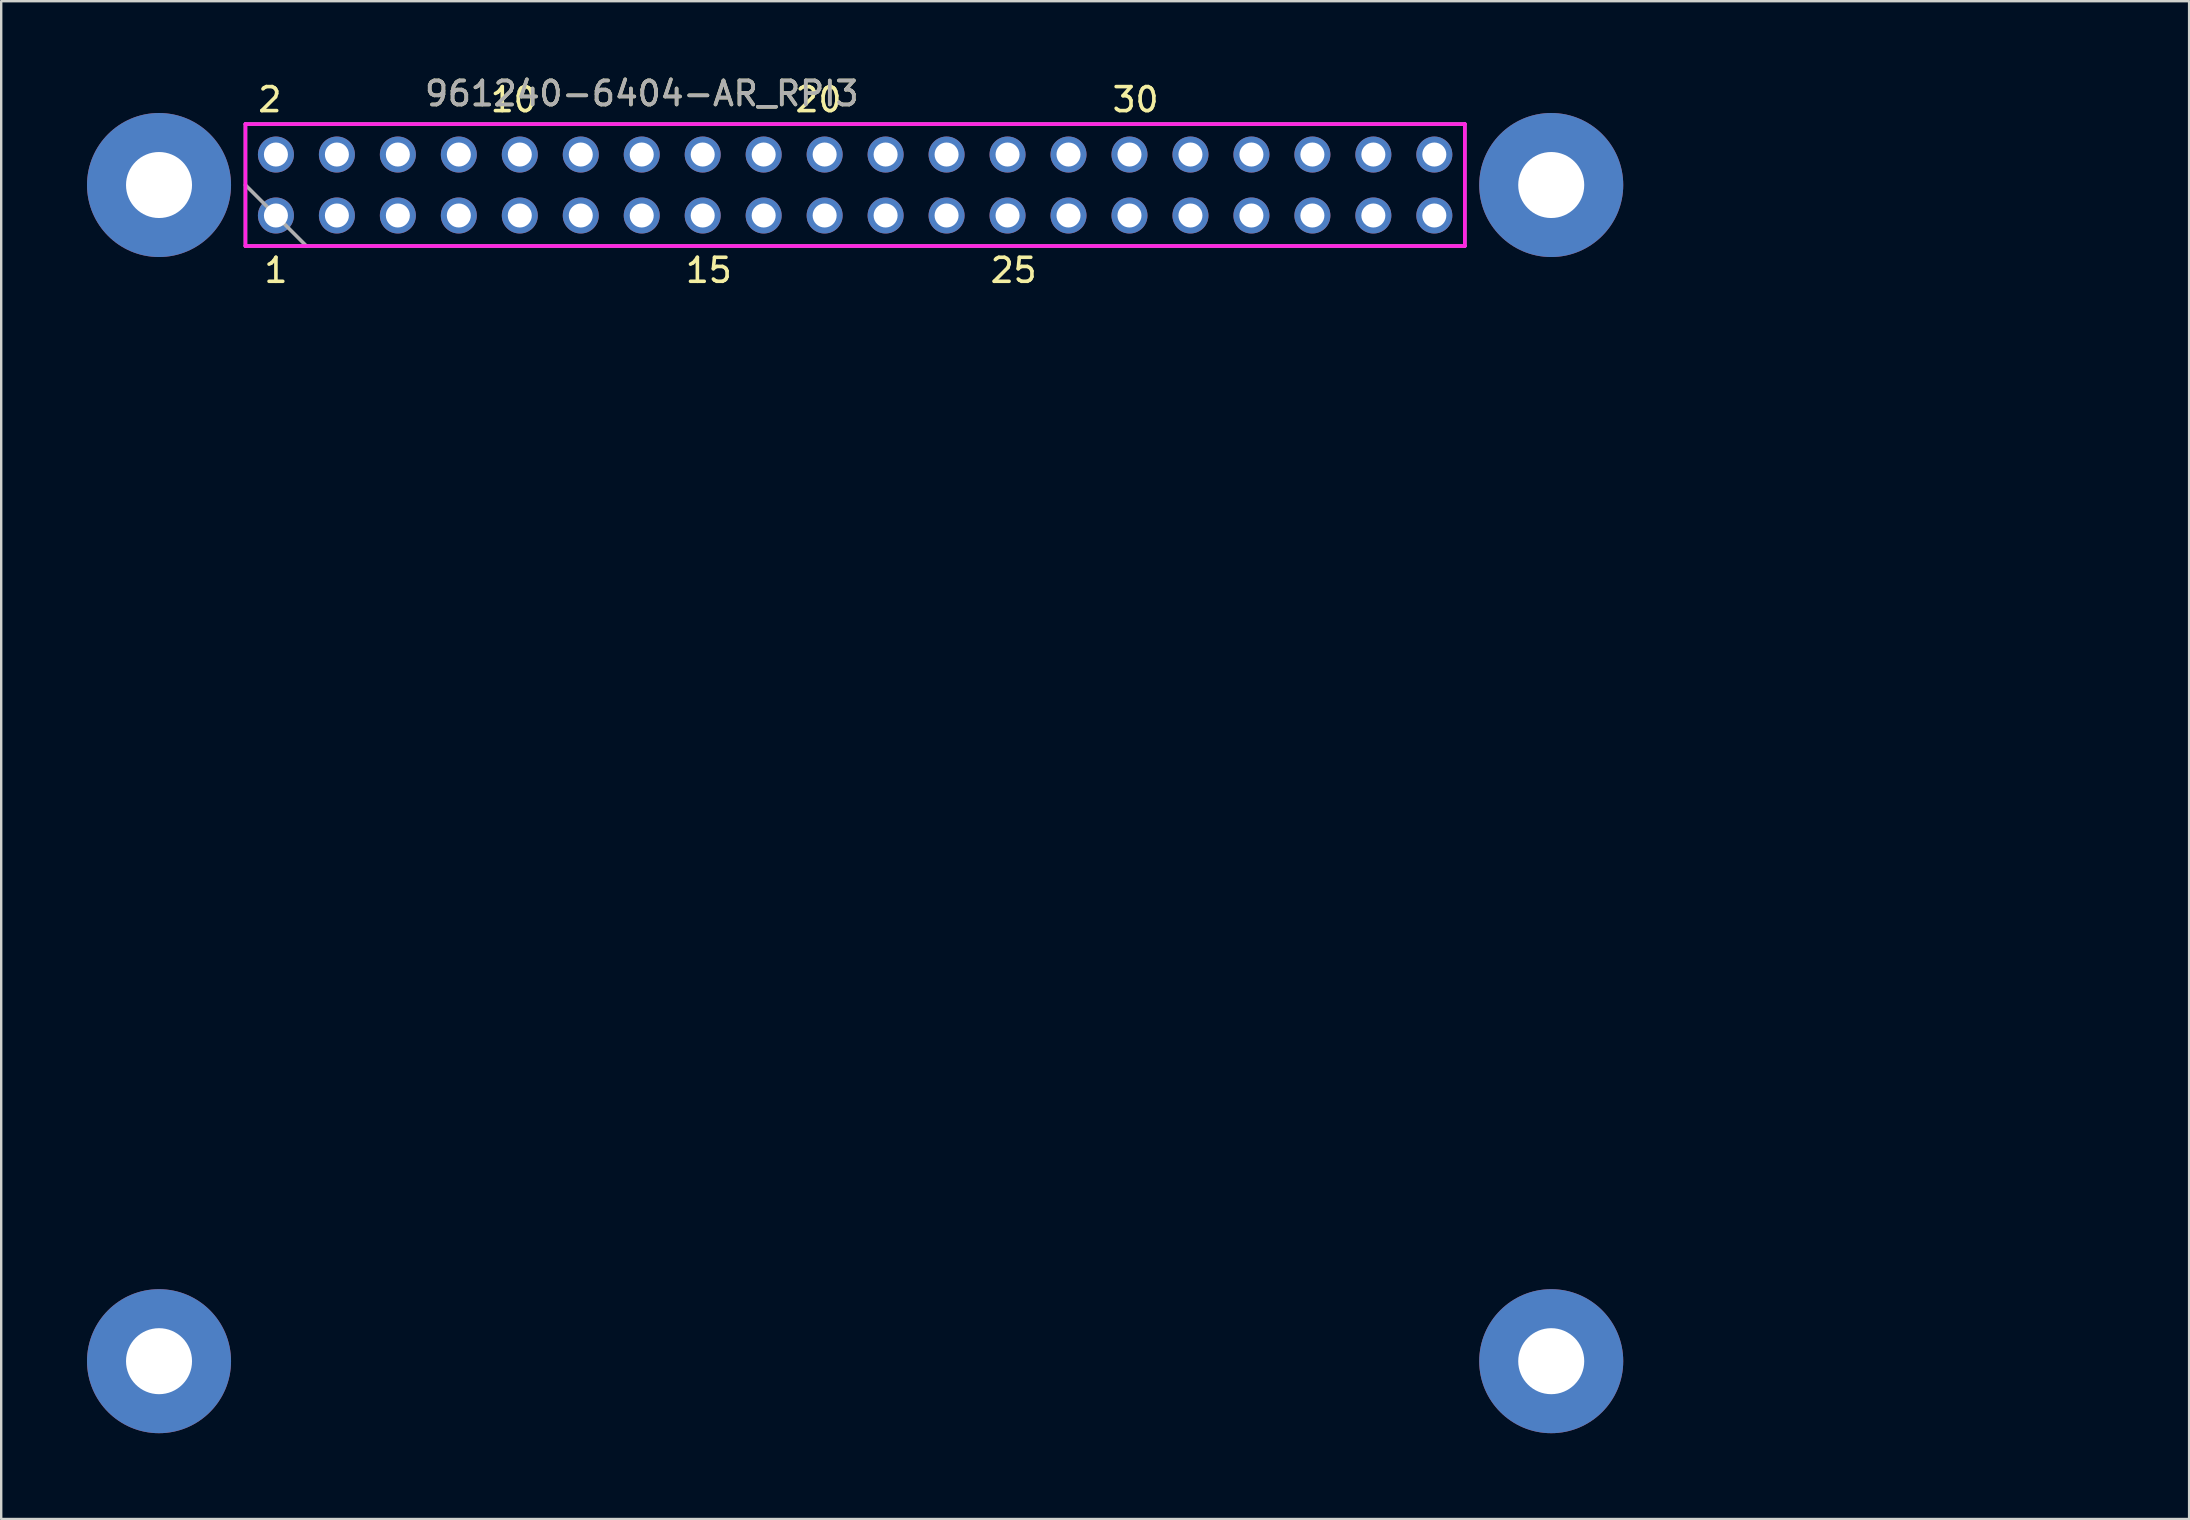
<source format=kicad_pcb>
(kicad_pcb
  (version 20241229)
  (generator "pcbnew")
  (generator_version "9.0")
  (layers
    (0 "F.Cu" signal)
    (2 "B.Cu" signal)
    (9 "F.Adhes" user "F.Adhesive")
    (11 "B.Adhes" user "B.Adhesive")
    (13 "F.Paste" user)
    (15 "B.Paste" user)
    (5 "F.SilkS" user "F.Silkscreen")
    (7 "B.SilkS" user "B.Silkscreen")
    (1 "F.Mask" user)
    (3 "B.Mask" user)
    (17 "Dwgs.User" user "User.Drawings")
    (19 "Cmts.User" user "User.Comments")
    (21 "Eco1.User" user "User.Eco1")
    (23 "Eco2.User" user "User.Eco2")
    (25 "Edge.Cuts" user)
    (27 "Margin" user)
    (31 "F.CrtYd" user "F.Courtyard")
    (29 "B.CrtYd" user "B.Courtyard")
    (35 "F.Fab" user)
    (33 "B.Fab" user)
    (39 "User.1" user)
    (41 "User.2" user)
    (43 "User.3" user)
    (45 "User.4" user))
  (footprint "961240-6404-AR_RPI3"
    (layer "F.Cu")
    (at 32.575 4.658)
    (property "Reference" "961240-6404-AR_RPI3" (at -8.89 -3.81 0) (layer "F.SilkS") (effects (font (size 1 1) (thickness 0.15))))
    (attr smd)
    (fp_line (start -32.5 -2) (end -32.5 51) (stroke (width 0.15) (type solid)) (layer "Eco1.User"))
    (fp_line (start -31 -3.5) (end 51 -3.5) (stroke (width 0.15) (type solid)) (layer "Eco1.User"))
    (fp_line (start -31 52.5) (end 51 52.5) (stroke (width 0.15) (type solid)) (layer "Eco1.User"))
    (fp_line (start -30 0) (end -28 0) (stroke (width 0.15) (type solid)) (layer "Eco1.User"))
    (fp_line (start -30 49) (end -28 49) (stroke (width 0.15) (type solid)) (layer "Eco1.User"))
    (fp_line (start -29 -1) (end -29 1) (stroke (width 0.15) (type solid)) (layer "Eco1.User"))
    (fp_line (start -29 48) (end -29 50) (stroke (width 0.15) (type solid)) (layer "Eco1.User"))
    (fp_line (start 28 0) (end 30 0) (stroke (width 0.15) (type solid)) (layer "Eco1.User"))
    (fp_line (start 28 49) (end 30 49) (stroke (width 0.15) (type solid)) (layer "Eco1.User"))
    (fp_line (start 29 -1) (end 29 1) (stroke (width 0.15) (type solid)) (layer "Eco1.User"))
    (fp_line (start 29 48) (end 29 50) (stroke (width 0.15) (type solid)) (layer "Eco1.User"))
    (fp_line (start 52.5 -2) (end 52.5 51) (stroke (width 0.15) (type solid)) (layer "Eco1.User"))
    (fp_arc (start -32.5 -2) (mid -32.06066 -3.06066) (end -31 -3.5) (stroke (width 0.15) (type solid)) (layer "Eco1.User"))
    (fp_arc (start -31 52.5) (mid -32.06066 52.06066) (end -32.5 51) (stroke (width 0.15) (type solid)) (layer "Eco1.User"))
    (fp_arc (start 51 -3.5) (mid 52.06066 -3.06066) (end 52.5 -2) (stroke (width 0.15) (type solid)) (layer "Eco1.User"))
    (fp_arc (start 52.5 51) (mid 52.06066 52.06066) (end 51 52.5) (stroke (width 0.15) (type solid)) (layer "Eco1.User"))
    (fp_circle (center -29 0) (end -29 -2) (stroke (width 0.15) (type solid)) (fill no) (layer "Eco1.User"))
    (fp_circle (center -29 49) (end -29 47) (stroke (width 0.15) (type solid)) (fill no) (layer "Eco1.User"))
    (fp_circle (center 29 0) (end 29 -2) (stroke (width 0.15) (type solid)) (fill no) (layer "Eco1.User"))
    (fp_circle (center 29 0) (end 30.375 0) (stroke (width 0.15) (type solid)) (fill no) (layer "Eco1.User"))
    (fp_circle (center 29 49) (end 29 47) (stroke (width 0.15) (type solid)) (fill no) (layer "Eco1.User"))
    (fp_line (start -25.4 -2.54) (end 25.4 -2.54) (stroke (width 0.15) (type solid)) (layer "F.CrtYd"))
    (fp_line (start -25.4 2.54) (end -25.4 -2.54) (stroke (width 0.15) (type solid)) (layer "F.CrtYd"))
    (fp_line (start 25.4 -2.54) (end 25.4 2.54) (stroke (width 0.15) (type solid)) (layer "F.CrtYd"))
    (fp_line (start 25.4 2.54) (end -25.4 2.54) (stroke (width 0.15) (type solid)) (layer "F.CrtYd"))
    (fp_line (start -25.4 -2.54) (end 25.4 -2.54) (stroke (width 0.15) (type solid)) (layer "F.Fab"))
    (fp_line (start -25.4 0) (end -22.86 2.54) (stroke (width 0.15) (type solid)) (layer "F.Fab"))
    (fp_line (start -25.4 2.54) (end -25.4 -2.54) (stroke (width 0.15) (type solid)) (layer "F.Fab"))
    (fp_line (start 25.4 -2.54) (end 25.4 2.54) (stroke (width 0.15) (type solid)) (layer "F.Fab"))
    (fp_line (start 25.4 2.54) (end -25.4 2.54) (stroke (width 0.15) (type solid)) (layer "F.Fab"))
    (fp_text user "2" (at -24.384 -3.556 0) (layer "F.SilkS") (effects (font (size 1 1) (thickness 0.15))))
    (fp_text user "10" (at -14.224 -3.556 0) (layer "F.SilkS") (effects (font (size 1 1) (thickness 0.15))))
    (fp_text user "25" (at 6.604 3.556 0) (layer "F.SilkS") (effects (font (size 1 1) (thickness 0.15))))
    (fp_text user "1" (at -24.13 3.556 0) (layer "F.SilkS") (effects (font (size 1 1) (thickness 0.15))))
    (fp_text user "30" (at 11.684 -3.556 0) (layer "F.SilkS") (effects (font (size 1 1) (thickness 0.15))))
    (fp_text user "15" (at -6.096 3.556 0) (layer "F.SilkS") (effects (font (size 1 1) (thickness 0.15))))
    (fp_text user "20" (at -1.524 -3.556 0) (layer "F.SilkS") (effects (font (size 1 1) (thickness 0.15))))
    (fp_text user "${REFERENCE}" (at -8.89 -3.81 0) (layer "F.Fab") (effects (font (size 1 1) (thickness 0.15))))
    (pad "" thru_hole circle (at -29 0) (size 6 6) (drill 2.75) (layers "*.Cu" "*.Mask"))
    (pad "" thru_hole circle (at -29 49) (size 6 6) (drill 2.75) (layers "*.Cu" "*.Mask"))
    (pad "" thru_hole circle (at 29 0) (size 6 6) (drill 2.75) (layers "*.Cu" "*.Mask"))
    (pad "" thru_hole circle (at 29 49) (size 6 6) (drill 2.75) (layers "*.Cu" "*.Mask"))
    (pad "1" thru_hole circle (at -24.13 1.27) (size 1.5 1.5) (drill 1) (layers "*.Cu" "*.Mask"))
    (pad "2" thru_hole circle (at -24.13 -1.27) (size 1.5 1.5) (drill 1) (layers "*.Cu" "*.Mask"))
    (pad "3" thru_hole circle (at -21.59 1.27) (size 1.5 1.5) (drill 1) (layers "*.Cu" "*.Mask"))
    (pad "4" thru_hole circle (at -21.59 -1.27) (size 1.5 1.5) (drill 1) (layers "*.Cu" "*.Mask"))
    (pad "5" thru_hole circle (at -19.05 1.27) (size 1.5 1.5) (drill 1) (layers "*.Cu" "*.Mask"))
    (pad "6" thru_hole circle (at -19.05 -1.27) (size 1.5 1.5) (drill 1) (layers "*.Cu" "*.Mask"))
    (pad "7" thru_hole circle (at -16.51 1.27) (size 1.5 1.5) (drill 1) (layers "*.Cu" "*.Mask"))
    (pad "8" thru_hole circle (at -16.51 -1.27) (size 1.5 1.5) (drill 1) (layers "*.Cu" "*.Mask"))
    (pad "9" thru_hole circle (at -13.97 1.27) (size 1.5 1.5) (drill 1) (layers "*.Cu" "*.Mask"))
    (pad "10" thru_hole circle (at -13.97 -1.27) (size 1.5 1.5) (drill 1) (layers "*.Cu" "*.Mask"))
    (pad "11" thru_hole circle (at -11.43 1.27) (size 1.5 1.5) (drill 1) (layers "*.Cu" "*.Mask"))
    (pad "12" thru_hole circle (at -11.43 -1.27) (size 1.5 1.5) (drill 1) (layers "*.Cu" "*.Mask"))
    (pad "13" thru_hole circle (at -8.89 1.27) (size 1.5 1.5) (drill 1) (layers "*.Cu" "*.Mask"))
    (pad "14" thru_hole circle (at -8.89 -1.27) (size 1.5 1.5) (drill 1) (layers "*.Cu" "*.Mask"))
    (pad "15" thru_hole circle (at -6.35 1.27) (size 1.5 1.5) (drill 1) (layers "*.Cu" "*.Mask"))
    (pad "16" thru_hole circle (at -6.35 -1.27) (size 1.5 1.5) (drill 1) (layers "*.Cu" "*.Mask"))
    (pad "17" thru_hole circle (at -3.81 1.27) (size 1.5 1.5) (drill 1) (layers "*.Cu" "*.Mask"))
    (pad "18" thru_hole circle (at -3.81 -1.27) (size 1.5 1.5) (drill 1) (layers "*.Cu" "*.Mask"))
    (pad "19" thru_hole circle (at -1.27 1.27) (size 1.5 1.5) (drill 1) (layers "*.Cu" "*.Mask"))
    (pad "20" thru_hole circle (at -1.27 -1.27) (size 1.5 1.5) (drill 1) (layers "*.Cu" "*.Mask"))
    (pad "21" thru_hole circle (at 1.27 1.27) (size 1.5 1.5) (drill 1) (layers "*.Cu" "*.Mask"))
    (pad "22" thru_hole circle (at 1.27 -1.27) (size 1.5 1.5) (drill 1) (layers "*.Cu" "*.Mask"))
    (pad "23" thru_hole circle (at 3.81 1.27) (size 1.5 1.5) (drill 1) (layers "*.Cu" "*.Mask"))
    (pad "24" thru_hole circle (at 3.81 -1.27) (size 1.5 1.5) (drill 1) (layers "*.Cu" "*.Mask"))
    (pad "25" thru_hole circle (at 6.35 1.27) (size 1.5 1.5) (drill 1) (layers "*.Cu" "*.Mask"))
    (pad "26" thru_hole circle (at 6.35 -1.27) (size 1.5 1.5) (drill 1) (layers "*.Cu" "*.Mask"))
    (pad "27" thru_hole circle (at 8.89 1.27) (size 1.5 1.5) (drill 1) (layers "*.Cu" "*.Mask"))
    (pad "28" thru_hole circle (at 8.89 -1.27) (size 1.5 1.5) (drill 1) (layers "*.Cu" "*.Mask"))
    (pad "29" thru_hole circle (at 11.43 1.27) (size 1.5 1.5) (drill 1) (layers "*.Cu" "*.Mask"))
    (pad "30" thru_hole circle (at 11.43 -1.27) (size 1.5 1.5) (drill 1) (layers "*.Cu" "*.Mask"))
    (pad "31" thru_hole circle (at 13.97 1.27) (size 1.5 1.5) (drill 1) (layers "*.Cu" "*.Mask"))
    (pad "32" thru_hole circle (at 13.97 -1.27) (size 1.5 1.5) (drill 1) (layers "*.Cu" "*.Mask"))
    (pad "33" thru_hole circle (at 16.51 1.27) (size 1.5 1.5) (drill 1) (layers "*.Cu" "*.Mask"))
    (pad "34" thru_hole circle (at 16.51 -1.27) (size 1.5 1.5) (drill 1) (layers "*.Cu" "*.Mask"))
    (pad "35" thru_hole circle (at 19.05 1.27) (size 1.5 1.5) (drill 1) (layers "*.Cu" "*.Mask"))
    (pad "36" thru_hole circle (at 19.05 -1.27) (size 1.5 1.5) (drill 1) (layers "*.Cu" "*.Mask"))
    (pad "37" thru_hole circle (at 21.59 1.27) (size 1.5 1.5) (drill 1) (layers "*.Cu" "*.Mask"))
    (pad "38" thru_hole circle (at 21.59 -1.27) (size 1.5 1.5) (drill 1) (layers "*.Cu" "*.Mask"))
    (pad "39" thru_hole circle (at 24.13 1.27) (size 1.5 1.5) (drill 1) (layers "*.Cu" "*.Mask"))
    (pad "40" thru_hole circle (at 24.13 -1.27) (size 1.5 1.5) (drill 1) (layers "*.Cu" "*.Mask")))
  (gr_rect
    (start -3 -3)
    (end 88.15 60.233)
    (stroke (width 0.1) (type default))
    (fill no)
    (layer "Edge.Cuts")))
</source>
